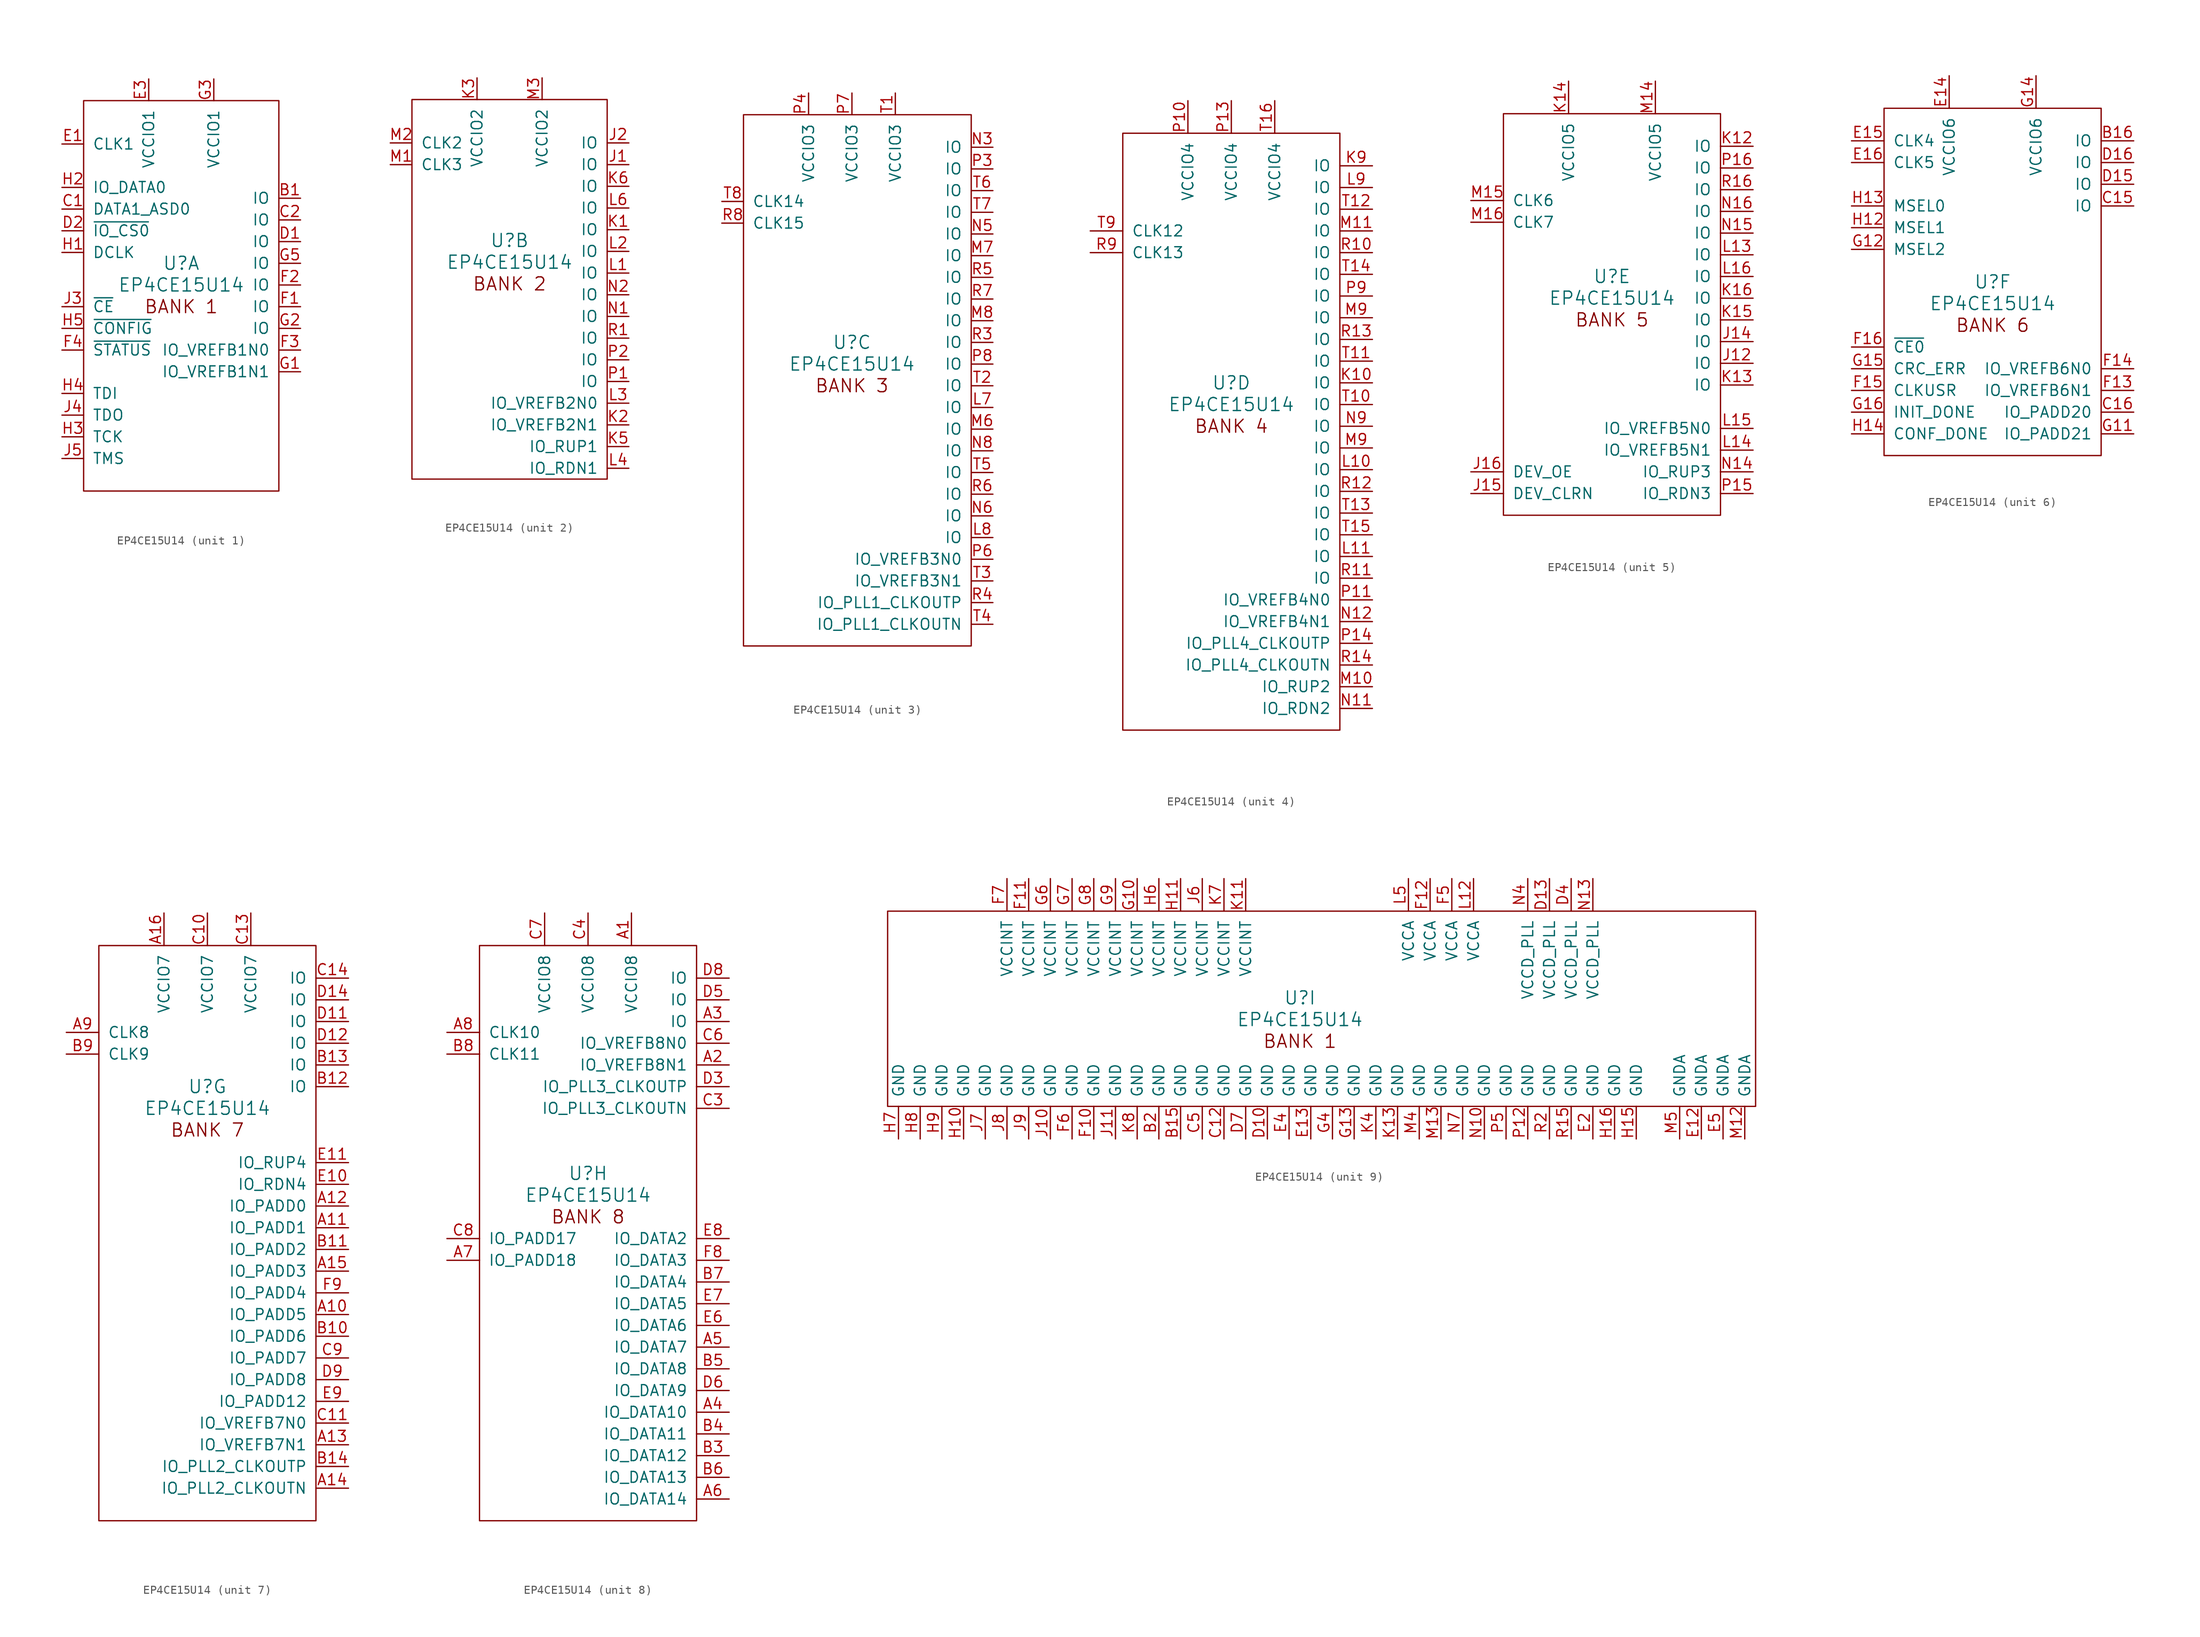
<source format=kicad_sym>
(kicad_symbol_lib
  (version 20211014)
  (generator kicad_symbol_editor)
  (symbol "EP4CE15U14"
    (pin_names
      (offset 1.016))
    (property "Reference" "U"
      (at 0 1.27 0)
      (effects (font (size 1.524 1.524))))
    (property "Value" "EP4CE15U14"
      (at 0 -1.27 0)
      (effects (font (size 1.524 1.524))))
    (property "ki_locked" ""
      (at 0 0 0)
      (effects (font (size 1.27 1.27))))
    (symbol "EP4CE15U14_1_1"
      (rectangle (start -11.43 20.32) (end 11.43 -25.4) (stroke (width 0) (type default) (color 0 0 0 0)) (fill (type none)))
      (text "BANK 1" (at 0 -3.81 0) (effects (font (size 1.524 1.524))))
      (pin bidirectional line (at 13.97 8.89 180) (length 2.54) (name "IO" (effects (font (size 1.27 1.27)))) (number "B1" (effects (font (size 1.27 1.27)))))
      (pin power_in line (at -13.97 7.62 0) (length 2.54) (name "DATA1_ASD0" (effects (font (size 1.27 1.27)))) (number "C1" (effects (font (size 1.27 1.27)))))
      (pin bidirectional line (at 13.97 6.35 180) (length 2.54) (name "IO" (effects (font (size 1.27 1.27)))) (number "C2" (effects (font (size 1.27 1.27)))))
      (pin bidirectional line (at 13.97 3.81 180) (length 2.54) (name "IO" (effects (font (size 1.27 1.27)))) (number "D1" (effects (font (size 1.27 1.27)))))
      (pin output line (at -13.97 5.08 0) (length 2.54) (name "~{IO_CS0}" (effects (font (size 1.27 1.27)))) (number "D2" (effects (font (size 1.27 1.27)))))
      (pin input line (at -13.97 15.24 0) (length 2.54) (name "CLK1" (effects (font (size 1.27 1.27)))) (number "E1" (effects (font (size 1.27 1.27)))))
      (pin power_in line (at -3.81 22.86 270) (length 2.54) (name "VCCIO1" (effects (font (size 1.27 1.27)))) (number "E3" (effects (font (size 1.27 1.27)))))
      (pin bidirectional line (at 13.97 -3.81 180) (length 2.54) (name "IO" (effects (font (size 1.27 1.27)))) (number "F1" (effects (font (size 1.27 1.27)))))
      (pin bidirectional line (at 13.97 -1.27 180) (length 2.54) (name "IO" (effects (font (size 1.27 1.27)))) (number "F2" (effects (font (size 1.27 1.27)))))
      (pin bidirectional line (at 13.97 -8.89 180) (length 2.54) (name "IO_VREFB1N0" (effects (font (size 1.27 1.27)))) (number "F3" (effects (font (size 1.27 1.27)))))
      (pin input line (at -13.97 -8.89 0) (length 2.54) (name "~{STATUS}" (effects (font (size 1.27 1.27)))) (number "F4" (effects (font (size 1.27 1.27)))))
      (pin bidirectional line (at 13.97 -11.43 180) (length 2.54) (name "IO_VREFB1N1" (effects (font (size 1.27 1.27)))) (number "G1" (effects (font (size 1.27 1.27)))))
      (pin bidirectional line (at 13.97 -6.35 180) (length 2.54) (name "IO" (effects (font (size 1.27 1.27)))) (number "G2" (effects (font (size 1.27 1.27)))))
      (pin power_in line (at 3.81 22.86 270) (length 2.54) (name "VCCIO1" (effects (font (size 1.27 1.27)))) (number "G3" (effects (font (size 1.27 1.27)))))
      (pin bidirectional line (at 13.97 1.27 180) (length 2.54) (name "IO" (effects (font (size 1.27 1.27)))) (number "G5" (effects (font (size 1.27 1.27)))))
      (pin output line (at -13.97 2.54 0) (length 2.54) (name "DCLK" (effects (font (size 1.27 1.27)))) (number "H1" (effects (font (size 1.27 1.27)))))
      (pin power_in line (at -13.97 10.16 0) (length 2.54) (name "IO_DATA0" (effects (font (size 1.27 1.27)))) (number "H2" (effects (font (size 1.27 1.27)))))
      (pin input line (at -13.97 -19.05 0) (length 2.54) (name "TCK" (effects (font (size 1.27 1.27)))) (number "H3" (effects (font (size 1.27 1.27)))))
      (pin input line (at -13.97 -13.97 0) (length 2.54) (name "TDI" (effects (font (size 1.27 1.27)))) (number "H4" (effects (font (size 1.27 1.27)))))
      (pin input line (at -13.97 -6.35 0) (length 2.54) (name "~{CONFIG}" (effects (font (size 1.27 1.27)))) (number "H5" (effects (font (size 1.27 1.27)))))
      (pin input line (at -13.97 -3.81 0) (length 2.54) (name "~{CE}" (effects (font (size 1.27 1.27)))) (number "J3" (effects (font (size 1.27 1.27)))))
      (pin output line (at -13.97 -16.51 0) (length 2.54) (name "TDO" (effects (font (size 1.27 1.27)))) (number "J4" (effects (font (size 1.27 1.27)))))
      (pin input line (at -13.97 -21.59 0) (length 2.54) (name "TMS" (effects (font (size 1.27 1.27)))) (number "J5" (effects (font (size 1.27 1.27))))))
    (symbol "EP4CE15U14_2_1"
      (rectangle (start 11.43 17.78) (end -11.43 -26.67) (stroke (width 0) (type default) (color 0 0 0 0)) (fill (type none)))
      (text "BANK 2" (at 0 -3.81 0) (effects (font (size 1.524 1.524))))
      (pin bidirectional line (at 13.97 10.16 180) (length 2.54) (name "IO" (effects (font (size 1.27 1.27)))) (number "J1" (effects (font (size 1.27 1.27)))))
      (pin bidirectional line (at 13.97 12.7 180) (length 2.54) (name "IO" (effects (font (size 1.27 1.27)))) (number "J2" (effects (font (size 1.27 1.27)))))
      (pin bidirectional line (at 13.97 2.54 180) (length 2.54) (name "IO" (effects (font (size 1.27 1.27)))) (number "K1" (effects (font (size 1.27 1.27)))))
      (pin bidirectional line (at 13.97 -20.32 180) (length 2.54) (name "IO_VREFB2N1" (effects (font (size 1.27 1.27)))) (number "K2" (effects (font (size 1.27 1.27)))))
      (pin power_in line (at -3.81 20.32 270) (length 2.54) (name "VCCIO2" (effects (font (size 1.27 1.27)))) (number "K3" (effects (font (size 1.27 1.27)))))
      (pin bidirectional line (at 13.97 -22.86 180) (length 2.54) (name "IO_RUP1" (effects (font (size 1.27 1.27)))) (number "K5" (effects (font (size 1.27 1.27)))))
      (pin bidirectional line (at 13.97 7.62 180) (length 2.54) (name "IO" (effects (font (size 1.27 1.27)))) (number "K6" (effects (font (size 1.27 1.27)))))
      (pin bidirectional line (at 13.97 -2.54 180) (length 2.54) (name "IO" (effects (font (size 1.27 1.27)))) (number "L1" (effects (font (size 1.27 1.27)))))
      (pin bidirectional line (at 13.97 0 180) (length 2.54) (name "IO" (effects (font (size 1.27 1.27)))) (number "L2" (effects (font (size 1.27 1.27)))))
      (pin bidirectional line (at 13.97 -17.78 180) (length 2.54) (name "IO_VREFB2N0" (effects (font (size 1.27 1.27)))) (number "L3" (effects (font (size 1.27 1.27)))))
      (pin bidirectional line (at 13.97 -25.4 180) (length 2.54) (name "IO_RDN1" (effects (font (size 1.27 1.27)))) (number "L4" (effects (font (size 1.27 1.27)))))
      (pin bidirectional line (at 13.97 5.08 180) (length 2.54) (name "IO" (effects (font (size 1.27 1.27)))) (number "L6" (effects (font (size 1.27 1.27)))))
      (pin input line (at -13.97 10.16 0) (length 2.54) (name "CLK3" (effects (font (size 1.27 1.27)))) (number "M1" (effects (font (size 1.27 1.27)))))
      (pin input line (at -13.97 12.7 0) (length 2.54) (name "CLK2" (effects (font (size 1.27 1.27)))) (number "M2" (effects (font (size 1.27 1.27)))))
      (pin power_in line (at 3.81 20.32 270) (length 2.54) (name "VCCIO2" (effects (font (size 1.27 1.27)))) (number "M3" (effects (font (size 1.27 1.27)))))
      (pin bidirectional line (at 13.97 -7.62 180) (length 2.54) (name "IO" (effects (font (size 1.27 1.27)))) (number "N1" (effects (font (size 1.27 1.27)))))
      (pin bidirectional line (at 13.97 -5.08 180) (length 2.54) (name "IO" (effects (font (size 1.27 1.27)))) (number "N2" (effects (font (size 1.27 1.27)))))
      (pin bidirectional line (at 13.97 -15.24 180) (length 2.54) (name "IO" (effects (font (size 1.27 1.27)))) (number "P1" (effects (font (size 1.27 1.27)))))
      (pin bidirectional line (at 13.97 -12.7 180) (length 2.54) (name "IO" (effects (font (size 1.27 1.27)))) (number "P2" (effects (font (size 1.27 1.27)))))
      (pin bidirectional line (at 13.97 -10.16 180) (length 2.54) (name "IO" (effects (font (size 1.27 1.27)))) (number "R1" (effects (font (size 1.27 1.27))))))
    (symbol "EP4CE15U14_3_1"
      (rectangle (start -12.7 27.94) (end 13.97 -34.29) (stroke (width 0) (type default) (color 0 0 0 0)) (fill (type none)))
      (text "BANK 3" (at 0 -3.81 0) (effects (font (size 1.524 1.524))))
      (pin bidirectional line (at 16.51 -6.35 180) (length 2.54) (name "IO" (effects (font (size 1.27 1.27)))) (number "L7" (effects (font (size 1.27 1.27)))))
      (pin bidirectional line (at 16.51 -21.59 180) (length 2.54) (name "IO" (effects (font (size 1.27 1.27)))) (number "L8" (effects (font (size 1.27 1.27)))))
      (pin bidirectional line (at 16.51 -8.89 180) (length 2.54) (name "IO" (effects (font (size 1.27 1.27)))) (number "M6" (effects (font (size 1.27 1.27)))))
      (pin bidirectional line (at 16.51 11.43 180) (length 2.54) (name "IO" (effects (font (size 1.27 1.27)))) (number "M7" (effects (font (size 1.27 1.27)))))
      (pin bidirectional line (at 16.51 3.81 180) (length 2.54) (name "IO" (effects (font (size 1.27 1.27)))) (number "M8" (effects (font (size 1.27 1.27)))))
      (pin bidirectional line (at 16.51 24.13 180) (length 2.54) (name "IO" (effects (font (size 1.27 1.27)))) (number "N3" (effects (font (size 1.27 1.27)))))
      (pin bidirectional line (at 16.51 13.97 180) (length 2.54) (name "IO" (effects (font (size 1.27 1.27)))) (number "N5" (effects (font (size 1.27 1.27)))))
      (pin bidirectional line (at 16.51 -19.05 180) (length 2.54) (name "IO" (effects (font (size 1.27 1.27)))) (number "N6" (effects (font (size 1.27 1.27)))))
      (pin bidirectional line (at 16.51 -11.43 180) (length 2.54) (name "IO" (effects (font (size 1.27 1.27)))) (number "N8" (effects (font (size 1.27 1.27)))))
      (pin bidirectional line (at 16.51 21.59 180) (length 2.54) (name "IO" (effects (font (size 1.27 1.27)))) (number "P3" (effects (font (size 1.27 1.27)))))
      (pin power_in line (at -5.08 30.48 270) (length 2.54) (name "VCCIO3" (effects (font (size 1.27 1.27)))) (number "P4" (effects (font (size 1.27 1.27)))))
      (pin bidirectional line (at 16.51 -24.13 180) (length 2.54) (name "IO_VREFB3N0" (effects (font (size 1.27 1.27)))) (number "P6" (effects (font (size 1.27 1.27)))))
      (pin power_in line (at 0 30.48 270) (length 2.54) (name "VCCIO3" (effects (font (size 1.27 1.27)))) (number "P7" (effects (font (size 1.27 1.27)))))
      (pin bidirectional line (at 16.51 -1.27 180) (length 2.54) (name "IO" (effects (font (size 1.27 1.27)))) (number "P8" (effects (font (size 1.27 1.27)))))
      (pin bidirectional line (at 16.51 1.27 180) (length 2.54) (name "IO" (effects (font (size 1.27 1.27)))) (number "R3" (effects (font (size 1.27 1.27)))))
      (pin bidirectional line (at 16.51 -29.21 180) (length 2.54) (name "IO_PLL1_CLKOUTP" (effects (font (size 1.27 1.27)))) (number "R4" (effects (font (size 1.27 1.27)))))
      (pin bidirectional line (at 16.51 8.89 180) (length 2.54) (name "IO" (effects (font (size 1.27 1.27)))) (number "R5" (effects (font (size 1.27 1.27)))))
      (pin bidirectional line (at 16.51 -16.51 180) (length 2.54) (name "IO" (effects (font (size 1.27 1.27)))) (number "R6" (effects (font (size 1.27 1.27)))))
      (pin bidirectional line (at 16.51 6.35 180) (length 2.54) (name "IO" (effects (font (size 1.27 1.27)))) (number "R7" (effects (font (size 1.27 1.27)))))
      (pin input line (at -15.24 15.24 0) (length 2.54) (name "CLK15" (effects (font (size 1.27 1.27)))) (number "R8" (effects (font (size 1.27 1.27)))))
      (pin power_in line (at 5.08 30.48 270) (length 2.54) (name "VCCIO3" (effects (font (size 1.27 1.27)))) (number "T1" (effects (font (size 1.27 1.27)))))
      (pin bidirectional line (at 16.51 -3.81 180) (length 2.54) (name "IO" (effects (font (size 1.27 1.27)))) (number "T2" (effects (font (size 1.27 1.27)))))
      (pin bidirectional line (at 16.51 -26.67 180) (length 2.54) (name "IO_VREFB3N1" (effects (font (size 1.27 1.27)))) (number "T3" (effects (font (size 1.27 1.27)))))
      (pin bidirectional line (at 16.51 -31.75 180) (length 2.54) (name "IO_PLL1_CLKOUTN" (effects (font (size 1.27 1.27)))) (number "T4" (effects (font (size 1.27 1.27)))))
      (pin bidirectional line (at 16.51 -13.97 180) (length 2.54) (name "IO" (effects (font (size 1.27 1.27)))) (number "T5" (effects (font (size 1.27 1.27)))))
      (pin bidirectional line (at 16.51 19.05 180) (length 2.54) (name "IO" (effects (font (size 1.27 1.27)))) (number "T6" (effects (font (size 1.27 1.27)))))
      (pin bidirectional line (at 16.51 16.51 180) (length 2.54) (name "IO" (effects (font (size 1.27 1.27)))) (number "T7" (effects (font (size 1.27 1.27)))))
      (pin input line (at -15.24 17.78 0) (length 2.54) (name "CLK14" (effects (font (size 1.27 1.27)))) (number "T8" (effects (font (size 1.27 1.27))))))
    (symbol "EP4CE15U14_4_1"
      (rectangle (start -12.7 30.48) (end 12.7 -39.37) (stroke (width 0) (type default) (color 0 0 0 0)) (fill (type none)))
      (text "BANK 4" (at 0 -3.81 0) (effects (font (size 1.524 1.524))))
      (pin bidirectional line (at 16.51 1.27 180) (length 3.81) (name "IO" (effects (font (size 1.27 1.27)))) (number "K10" (effects (font (size 1.27 1.27)))))
      (pin bidirectional line (at 16.51 26.67 180) (length 3.81) (name "IO" (effects (font (size 1.27 1.27)))) (number "K9" (effects (font (size 1.27 1.27)))))
      (pin bidirectional line (at 16.51 -8.89 180) (length 3.81) (name "IO" (effects (font (size 1.27 1.27)))) (number "L10" (effects (font (size 1.27 1.27)))))
      (pin bidirectional line (at 16.51 -19.05 180) (length 3.81) (name "IO" (effects (font (size 1.27 1.27)))) (number "L11" (effects (font (size 1.27 1.27)))))
      (pin bidirectional line (at 16.51 24.13 180) (length 3.81) (name "IO" (effects (font (size 1.27 1.27)))) (number "L9" (effects (font (size 1.27 1.27)))))
      (pin bidirectional line (at 16.51 -34.29 180) (length 3.81) (name "IO_RUP2" (effects (font (size 1.27 1.27)))) (number "M10" (effects (font (size 1.27 1.27)))))
      (pin bidirectional line (at 16.51 19.05 180) (length 3.81) (name "IO" (effects (font (size 1.27 1.27)))) (number "M11" (effects (font (size 1.27 1.27)))))
      (pin bidirectional line (at 16.51 -6.35 180) (length 3.81) (name "IO" (effects (font (size 1.27 1.27)))) (number "M9" (effects (font (size 1.27 1.27)))))
      (pin bidirectional line (at 16.51 8.89 180) (length 3.81) (name "IO" (effects (font (size 1.27 1.27)))) (number "M9" (effects (font (size 1.27 1.27)))))
      (pin bidirectional line (at 16.51 -36.83 180) (length 3.81) (name "IO_RDN2" (effects (font (size 1.27 1.27)))) (number "N11" (effects (font (size 1.27 1.27)))))
      (pin bidirectional line (at 16.51 -26.67 180) (length 3.81) (name "IO_VREFB4N1" (effects (font (size 1.27 1.27)))) (number "N12" (effects (font (size 1.27 1.27)))))
      (pin bidirectional line (at 16.51 -3.81 180) (length 3.81) (name "IO" (effects (font (size 1.27 1.27)))) (number "N9" (effects (font (size 1.27 1.27)))))
      (pin power_in line (at -5.08 34.29 270) (length 3.81) (name "VCCIO4" (effects (font (size 1.27 1.27)))) (number "P10" (effects (font (size 1.27 1.27)))))
      (pin bidirectional line (at 16.51 -24.13 180) (length 3.81) (name "IO_VREFB4N0" (effects (font (size 1.27 1.27)))) (number "P11" (effects (font (size 1.27 1.27)))))
      (pin power_in line (at 0 34.29 270) (length 3.81) (name "VCCIO4" (effects (font (size 1.27 1.27)))) (number "P13" (effects (font (size 1.27 1.27)))))
      (pin bidirectional line (at 16.51 -29.21 180) (length 3.81) (name "IO_PLL4_CLKOUTP" (effects (font (size 1.27 1.27)))) (number "P14" (effects (font (size 1.27 1.27)))))
      (pin bidirectional line (at 16.51 11.43 180) (length 3.81) (name "IO" (effects (font (size 1.27 1.27)))) (number "P9" (effects (font (size 1.27 1.27)))))
      (pin bidirectional line (at 16.51 16.51 180) (length 3.81) (name "IO" (effects (font (size 1.27 1.27)))) (number "R10" (effects (font (size 1.27 1.27)))))
      (pin bidirectional line (at 16.51 -21.59 180) (length 3.81) (name "IO" (effects (font (size 1.27 1.27)))) (number "R11" (effects (font (size 1.27 1.27)))))
      (pin bidirectional line (at 16.51 -11.43 180) (length 3.81) (name "IO" (effects (font (size 1.27 1.27)))) (number "R12" (effects (font (size 1.27 1.27)))))
      (pin bidirectional line (at 16.51 6.35 180) (length 3.81) (name "IO" (effects (font (size 1.27 1.27)))) (number "R13" (effects (font (size 1.27 1.27)))))
      (pin bidirectional line (at 16.51 -31.75 180) (length 3.81) (name "IO_PLL4_CLKOUTN" (effects (font (size 1.27 1.27)))) (number "R14" (effects (font (size 1.27 1.27)))))
      (pin input line (at -16.51 16.51 0) (length 3.81) (name "CLK13" (effects (font (size 1.27 1.27)))) (number "R9" (effects (font (size 1.27 1.27)))))
      (pin bidirectional line (at 16.51 -1.27 180) (length 3.81) (name "IO" (effects (font (size 1.27 1.27)))) (number "T10" (effects (font (size 1.27 1.27)))))
      (pin bidirectional line (at 16.51 3.81 180) (length 3.81) (name "IO" (effects (font (size 1.27 1.27)))) (number "T11" (effects (font (size 1.27 1.27)))))
      (pin bidirectional line (at 16.51 21.59 180) (length 3.81) (name "IO" (effects (font (size 1.27 1.27)))) (number "T12" (effects (font (size 1.27 1.27)))))
      (pin bidirectional line (at 16.51 -13.97 180) (length 3.81) (name "IO" (effects (font (size 1.27 1.27)))) (number "T13" (effects (font (size 1.27 1.27)))))
      (pin bidirectional line (at 16.51 13.97 180) (length 3.81) (name "IO" (effects (font (size 1.27 1.27)))) (number "T14" (effects (font (size 1.27 1.27)))))
      (pin bidirectional line (at 16.51 -16.51 180) (length 3.81) (name "IO" (effects (font (size 1.27 1.27)))) (number "T15" (effects (font (size 1.27 1.27)))))
      (pin power_in line (at 5.08 34.29 270) (length 3.81) (name "VCCIO4" (effects (font (size 1.27 1.27)))) (number "T16" (effects (font (size 1.27 1.27)))))
      (pin input line (at -16.51 19.05 0) (length 3.81) (name "CLK12" (effects (font (size 1.27 1.27)))) (number "T9" (effects (font (size 1.27 1.27))))))
    (symbol "EP4CE15U14_5_1"
      (rectangle (start -12.7 20.32) (end 12.7 -26.67) (stroke (width 0) (type default) (color 0 0 0 0)) (fill (type none)))
      (text "BANK 5" (at 0 -3.81 0) (effects (font (size 1.524 1.524))))
      (pin bidirectional line (at 16.51 -8.89 180) (length 3.81) (name "IO" (effects (font (size 1.27 1.27)))) (number "J12" (effects (font (size 1.27 1.27)))))
      (pin bidirectional line (at 16.51 -6.35 180) (length 3.81) (name "IO" (effects (font (size 1.27 1.27)))) (number "J14" (effects (font (size 1.27 1.27)))))
      (pin bidirectional line (at -16.51 -24.13 0) (length 3.81) (name "DEV_CLRN" (effects (font (size 1.27 1.27)))) (number "J15" (effects (font (size 1.27 1.27)))))
      (pin bidirectional line (at -16.51 -21.59 0) (length 3.81) (name "DEV_OE" (effects (font (size 1.27 1.27)))) (number "J16" (effects (font (size 1.27 1.27)))))
      (pin bidirectional line (at 16.51 16.51 180) (length 3.81) (name "IO" (effects (font (size 1.27 1.27)))) (number "K12" (effects (font (size 1.27 1.27)))))
      (pin bidirectional line (at 16.51 -11.43 180) (length 3.81) (name "IO" (effects (font (size 1.27 1.27)))) (number "K13" (effects (font (size 1.27 1.27)))))
      (pin power_in line (at -5.08 24.13 270) (length 3.81) (name "VCCIO5" (effects (font (size 1.27 1.27)))) (number "K14" (effects (font (size 1.27 1.27)))))
      (pin bidirectional line (at 16.51 -3.81 180) (length 3.81) (name "IO" (effects (font (size 1.27 1.27)))) (number "K15" (effects (font (size 1.27 1.27)))))
      (pin bidirectional line (at 16.51 -1.27 180) (length 3.81) (name "IO" (effects (font (size 1.27 1.27)))) (number "K16" (effects (font (size 1.27 1.27)))))
      (pin bidirectional line (at 16.51 3.81 180) (length 3.81) (name "IO" (effects (font (size 1.27 1.27)))) (number "L13" (effects (font (size 1.27 1.27)))))
      (pin bidirectional line (at 16.51 -19.05 180) (length 3.81) (name "IO_VREFB5N1" (effects (font (size 1.27 1.27)))) (number "L14" (effects (font (size 1.27 1.27)))))
      (pin bidirectional line (at 16.51 -16.51 180) (length 3.81) (name "IO_VREFB5N0" (effects (font (size 1.27 1.27)))) (number "L15" (effects (font (size 1.27 1.27)))))
      (pin bidirectional line (at 16.51 1.27 180) (length 3.81) (name "IO" (effects (font (size 1.27 1.27)))) (number "L16" (effects (font (size 1.27 1.27)))))
      (pin power_in line (at 5.08 24.13 270) (length 3.81) (name "VCCIO5" (effects (font (size 1.27 1.27)))) (number "M14" (effects (font (size 1.27 1.27)))))
      (pin input line (at -16.51 10.16 0) (length 3.81) (name "CLK6" (effects (font (size 1.27 1.27)))) (number "M15" (effects (font (size 1.27 1.27)))))
      (pin input line (at -16.51 7.62 0) (length 3.81) (name "CLK7" (effects (font (size 1.27 1.27)))) (number "M16" (effects (font (size 1.27 1.27)))))
      (pin bidirectional line (at 16.51 -21.59 180) (length 3.81) (name "IO_RUP3" (effects (font (size 1.27 1.27)))) (number "N14" (effects (font (size 1.27 1.27)))))
      (pin bidirectional line (at 16.51 6.35 180) (length 3.81) (name "IO" (effects (font (size 1.27 1.27)))) (number "N15" (effects (font (size 1.27 1.27)))))
      (pin bidirectional line (at 16.51 8.89 180) (length 3.81) (name "IO" (effects (font (size 1.27 1.27)))) (number "N16" (effects (font (size 1.27 1.27)))))
      (pin bidirectional line (at 16.51 -24.13 180) (length 3.81) (name "IO_RDN3" (effects (font (size 1.27 1.27)))) (number "P15" (effects (font (size 1.27 1.27)))))
      (pin bidirectional line (at 16.51 13.97 180) (length 3.81) (name "IO" (effects (font (size 1.27 1.27)))) (number "P16" (effects (font (size 1.27 1.27)))))
      (pin bidirectional line (at 16.51 11.43 180) (length 3.81) (name "IO" (effects (font (size 1.27 1.27)))) (number "R16" (effects (font (size 1.27 1.27))))))
    (symbol "EP4CE15U14_6_1"
      (rectangle (start -12.7 21.59) (end 12.7 -19.05) (stroke (width 0) (type default) (color 0 0 0 0)) (fill (type none)))
      (text "BANK 6" (at 0 -3.81 0) (effects (font (size 1.524 1.524))))
      (pin bidirectional line (at 16.51 17.78 180) (length 3.81) (name "IO" (effects (font (size 1.27 1.27)))) (number "B16" (effects (font (size 1.27 1.27)))))
      (pin bidirectional line (at 16.51 10.16 180) (length 3.81) (name "IO" (effects (font (size 1.27 1.27)))) (number "C15" (effects (font (size 1.27 1.27)))))
      (pin bidirectional line (at 16.51 -13.97 180) (length 3.81) (name "IO_PADD20" (effects (font (size 1.27 1.27)))) (number "C16" (effects (font (size 1.27 1.27)))))
      (pin bidirectional line (at 16.51 12.7 180) (length 3.81) (name "IO" (effects (font (size 1.27 1.27)))) (number "D15" (effects (font (size 1.27 1.27)))))
      (pin bidirectional line (at 16.51 15.24 180) (length 3.81) (name "IO" (effects (font (size 1.27 1.27)))) (number "D16" (effects (font (size 1.27 1.27)))))
      (pin power_in line (at -5.08 25.4 270) (length 3.81) (name "VCCIO6" (effects (font (size 1.27 1.27)))) (number "E14" (effects (font (size 1.27 1.27)))))
      (pin input line (at -16.51 17.78 0) (length 3.81) (name "CLK4" (effects (font (size 1.27 1.27)))) (number "E15" (effects (font (size 1.27 1.27)))))
      (pin input line (at -16.51 15.24 0) (length 3.81) (name "CLK5" (effects (font (size 1.27 1.27)))) (number "E16" (effects (font (size 1.27 1.27)))))
      (pin bidirectional line (at 16.51 -11.43 180) (length 3.81) (name "IO_VREFB6N1" (effects (font (size 1.27 1.27)))) (number "F13" (effects (font (size 1.27 1.27)))))
      (pin bidirectional line (at 16.51 -8.89 180) (length 3.81) (name "IO_VREFB6N0" (effects (font (size 1.27 1.27)))) (number "F14" (effects (font (size 1.27 1.27)))))
      (pin bidirectional line (at -16.51 -11.43 0) (length 3.81) (name "CLKUSR" (effects (font (size 1.27 1.27)))) (number "F15" (effects (font (size 1.27 1.27)))))
      (pin bidirectional line (at -16.51 -6.35 0) (length 3.81) (name "~{CE0}" (effects (font (size 1.27 1.27)))) (number "F16" (effects (font (size 1.27 1.27)))))
      (pin bidirectional line (at 16.51 -16.51 180) (length 3.81) (name "IO_PADD21" (effects (font (size 1.27 1.27)))) (number "G11" (effects (font (size 1.27 1.27)))))
      (pin bidirectional line (at -16.51 5.08 0) (length 3.81) (name "MSEL2" (effects (font (size 1.27 1.27)))) (number "G12" (effects (font (size 1.27 1.27)))))
      (pin power_in line (at 5.08 25.4 270) (length 3.81) (name "VCCIO6" (effects (font (size 1.27 1.27)))) (number "G14" (effects (font (size 1.27 1.27)))))
      (pin bidirectional line (at -16.51 -8.89 0) (length 3.81) (name "CRC_ERR" (effects (font (size 1.27 1.27)))) (number "G15" (effects (font (size 1.27 1.27)))))
      (pin bidirectional line (at -16.51 -13.97 0) (length 3.81) (name "INIT_DONE" (effects (font (size 1.27 1.27)))) (number "G16" (effects (font (size 1.27 1.27)))))
      (pin bidirectional line (at -16.51 7.62 0) (length 3.81) (name "MSEL1" (effects (font (size 1.27 1.27)))) (number "H12" (effects (font (size 1.27 1.27)))))
      (pin bidirectional line (at -16.51 10.16 0) (length 3.81) (name "MSEL0" (effects (font (size 1.27 1.27)))) (number "H13" (effects (font (size 1.27 1.27)))))
      (pin bidirectional line (at -16.51 -16.51 0) (length 3.81) (name "CONF_DONE" (effects (font (size 1.27 1.27)))) (number "H14" (effects (font (size 1.27 1.27))))))
    (symbol "EP4CE15U14_7_1"
      (rectangle (start -12.7 17.78) (end 12.7 -49.53) (stroke (width 0) (type default) (color 0 0 0 0)) (fill (type none)))
      (text "BANK 7" (at 0 -3.81 0) (effects (font (size 1.524 1.524))))
      (pin bidirectional line (at 16.51 -25.4 180) (length 3.81) (name "IO_PADD5" (effects (font (size 1.27 1.27)))) (number "A10" (effects (font (size 1.27 1.27)))))
      (pin bidirectional line (at 16.51 -15.24 180) (length 3.81) (name "IO_PADD1" (effects (font (size 1.27 1.27)))) (number "A11" (effects (font (size 1.27 1.27)))))
      (pin bidirectional line (at 16.51 -12.7 180) (length 3.81) (name "IO_PADD0" (effects (font (size 1.27 1.27)))) (number "A12" (effects (font (size 1.27 1.27)))))
      (pin bidirectional line (at 16.51 -40.64 180) (length 3.81) (name "IO_VREFB7N1" (effects (font (size 1.27 1.27)))) (number "A13" (effects (font (size 1.27 1.27)))))
      (pin bidirectional line (at 16.51 -45.72 180) (length 3.81) (name "IO_PLL2_CLKOUTN" (effects (font (size 1.27 1.27)))) (number "A14" (effects (font (size 1.27 1.27)))))
      (pin bidirectional line (at 16.51 -20.32 180) (length 3.81) (name "IO_PADD3" (effects (font (size 1.27 1.27)))) (number "A15" (effects (font (size 1.27 1.27)))))
      (pin power_in line (at -5.08 21.59 270) (length 3.81) (name "VCCIO7" (effects (font (size 1.27 1.27)))) (number "A16" (effects (font (size 1.27 1.27)))))
      (pin input line (at -16.51 7.62 0) (length 3.81) (name "CLK8" (effects (font (size 1.27 1.27)))) (number "A9" (effects (font (size 1.27 1.27)))))
      (pin bidirectional line (at 16.51 -27.94 180) (length 3.81) (name "IO_PADD6" (effects (font (size 1.27 1.27)))) (number "B10" (effects (font (size 1.27 1.27)))))
      (pin bidirectional line (at 16.51 -17.78 180) (length 3.81) (name "IO_PADD2" (effects (font (size 1.27 1.27)))) (number "B11" (effects (font (size 1.27 1.27)))))
      (pin bidirectional line (at 16.51 1.27 180) (length 3.81) (name "IO" (effects (font (size 1.27 1.27)))) (number "B12" (effects (font (size 1.27 1.27)))))
      (pin bidirectional line (at 16.51 3.81 180) (length 3.81) (name "IO" (effects (font (size 1.27 1.27)))) (number "B13" (effects (font (size 1.27 1.27)))))
      (pin bidirectional line (at 16.51 -43.18 180) (length 3.81) (name "IO_PLL2_CLKOUTP" (effects (font (size 1.27 1.27)))) (number "B14" (effects (font (size 1.27 1.27)))))
      (pin input line (at -16.51 5.08 0) (length 3.81) (name "CLK9" (effects (font (size 1.27 1.27)))) (number "B9" (effects (font (size 1.27 1.27)))))
      (pin power_in line (at 0 21.59 270) (length 3.81) (name "VCCIO7" (effects (font (size 1.27 1.27)))) (number "C10" (effects (font (size 1.27 1.27)))))
      (pin bidirectional line (at 16.51 -38.1 180) (length 3.81) (name "IO_VREFB7N0" (effects (font (size 1.27 1.27)))) (number "C11" (effects (font (size 1.27 1.27)))))
      (pin power_in line (at 5.08 21.59 270) (length 3.81) (name "VCCIO7" (effects (font (size 1.27 1.27)))) (number "C13" (effects (font (size 1.27 1.27)))))
      (pin bidirectional line (at 16.51 13.97 180) (length 3.81) (name "IO" (effects (font (size 1.27 1.27)))) (number "C14" (effects (font (size 1.27 1.27)))))
      (pin bidirectional line (at 16.51 -30.48 180) (length 3.81) (name "IO_PADD7" (effects (font (size 1.27 1.27)))) (number "C9" (effects (font (size 1.27 1.27)))))
      (pin bidirectional line (at 16.51 8.89 180) (length 3.81) (name "IO" (effects (font (size 1.27 1.27)))) (number "D11" (effects (font (size 1.27 1.27)))))
      (pin bidirectional line (at 16.51 6.35 180) (length 3.81) (name "IO" (effects (font (size 1.27 1.27)))) (number "D12" (effects (font (size 1.27 1.27)))))
      (pin bidirectional line (at 16.51 11.43 180) (length 3.81) (name "IO" (effects (font (size 1.27 1.27)))) (number "D14" (effects (font (size 1.27 1.27)))))
      (pin bidirectional line (at 16.51 -33.02 180) (length 3.81) (name "IO_PADD8" (effects (font (size 1.27 1.27)))) (number "D9" (effects (font (size 1.27 1.27)))))
      (pin bidirectional line (at 16.51 -10.16 180) (length 3.81) (name "IO_RDN4" (effects (font (size 1.27 1.27)))) (number "E10" (effects (font (size 1.27 1.27)))))
      (pin bidirectional line (at 16.51 -7.62 180) (length 3.81) (name "IO_RUP4" (effects (font (size 1.27 1.27)))) (number "E11" (effects (font (size 1.27 1.27)))))
      (pin bidirectional line (at 16.51 -35.56 180) (length 3.81) (name "IO_PADD12" (effects (font (size 1.27 1.27)))) (number "E9" (effects (font (size 1.27 1.27)))))
      (pin bidirectional line (at 16.51 -22.86 180) (length 3.81) (name "IO_PADD4" (effects (font (size 1.27 1.27)))) (number "F9" (effects (font (size 1.27 1.27))))))
    (symbol "EP4CE15U14_8_1"
      (rectangle (start -12.7 27.94) (end 12.7 -39.37) (stroke (width 0) (type default) (color 0 0 0 0)) (fill (type none)))
      (text "BANK 8" (at 0 -3.81 0) (effects (font (size 1.524 1.524))))
      (pin power_in line (at 5.08 31.75 270) (length 3.81) (name "VCCIO8" (effects (font (size 1.27 1.27)))) (number "A1" (effects (font (size 1.27 1.27)))))
      (pin bidirectional line (at 16.51 13.97 180) (length 3.81) (name "IO_VREFB8N1" (effects (font (size 1.27 1.27)))) (number "A2" (effects (font (size 1.27 1.27)))))
      (pin bidirectional line (at 16.51 19.05 180) (length 3.81) (name "IO" (effects (font (size 1.27 1.27)))) (number "A3" (effects (font (size 1.27 1.27)))))
      (pin bidirectional line (at 16.51 -26.67 180) (length 3.81) (name "IO_DATA10" (effects (font (size 1.27 1.27)))) (number "A4" (effects (font (size 1.27 1.27)))))
      (pin bidirectional line (at 16.51 -19.05 180) (length 3.81) (name "IO_DATA7" (effects (font (size 1.27 1.27)))) (number "A5" (effects (font (size 1.27 1.27)))))
      (pin bidirectional line (at 16.51 -36.83 180) (length 3.81) (name "IO_DATA14" (effects (font (size 1.27 1.27)))) (number "A6" (effects (font (size 1.27 1.27)))))
      (pin bidirectional line (at -16.51 -8.89 0) (length 3.81) (name "IO_PADD18" (effects (font (size 1.27 1.27)))) (number "A7" (effects (font (size 1.27 1.27)))))
      (pin input line (at -16.51 17.78 0) (length 3.81) (name "CLK10" (effects (font (size 1.27 1.27)))) (number "A8" (effects (font (size 1.27 1.27)))))
      (pin bidirectional line (at 16.51 -31.75 180) (length 3.81) (name "IO_DATA12" (effects (font (size 1.27 1.27)))) (number "B3" (effects (font (size 1.27 1.27)))))
      (pin bidirectional line (at 16.51 -29.21 180) (length 3.81) (name "IO_DATA11" (effects (font (size 1.27 1.27)))) (number "B4" (effects (font (size 1.27 1.27)))))
      (pin bidirectional line (at 16.51 -21.59 180) (length 3.81) (name "IO_DATA8" (effects (font (size 1.27 1.27)))) (number "B5" (effects (font (size 1.27 1.27)))))
      (pin bidirectional line (at 16.51 -34.29 180) (length 3.81) (name "IO_DATA13" (effects (font (size 1.27 1.27)))) (number "B6" (effects (font (size 1.27 1.27)))))
      (pin bidirectional line (at 16.51 -11.43 180) (length 3.81) (name "IO_DATA4" (effects (font (size 1.27 1.27)))) (number "B7" (effects (font (size 1.27 1.27)))))
      (pin input line (at -16.51 15.24 0) (length 3.81) (name "CLK11" (effects (font (size 1.27 1.27)))) (number "B8" (effects (font (size 1.27 1.27)))))
      (pin bidirectional line (at 16.51 8.89 180) (length 3.81) (name "IO_PLL3_CLKOUTN" (effects (font (size 1.27 1.27)))) (number "C3" (effects (font (size 1.27 1.27)))))
      (pin power_in line (at 0 31.75 270) (length 3.81) (name "VCCIO8" (effects (font (size 1.27 1.27)))) (number "C4" (effects (font (size 1.27 1.27)))))
      (pin bidirectional line (at 16.51 16.51 180) (length 3.81) (name "IO_VREFB8N0" (effects (font (size 1.27 1.27)))) (number "C6" (effects (font (size 1.27 1.27)))))
      (pin power_in line (at -5.08 31.75 270) (length 3.81) (name "VCCIO8" (effects (font (size 1.27 1.27)))) (number "C7" (effects (font (size 1.27 1.27)))))
      (pin bidirectional line (at -16.51 -6.35 0) (length 3.81) (name "IO_PADD17" (effects (font (size 1.27 1.27)))) (number "C8" (effects (font (size 1.27 1.27)))))
      (pin bidirectional line (at 16.51 11.43 180) (length 3.81) (name "IO_PLL3_CLKOUTP" (effects (font (size 1.27 1.27)))) (number "D3" (effects (font (size 1.27 1.27)))))
      (pin bidirectional line (at 16.51 21.59 180) (length 3.81) (name "IO" (effects (font (size 1.27 1.27)))) (number "D5" (effects (font (size 1.27 1.27)))))
      (pin bidirectional line (at 16.51 -24.13 180) (length 3.81) (name "IO_DATA9" (effects (font (size 1.27 1.27)))) (number "D6" (effects (font (size 1.27 1.27)))))
      (pin bidirectional line (at 16.51 24.13 180) (length 3.81) (name "IO" (effects (font (size 1.27 1.27)))) (number "D8" (effects (font (size 1.27 1.27)))))
      (pin bidirectional line (at 16.51 -16.51 180) (length 3.81) (name "IO_DATA6" (effects (font (size 1.27 1.27)))) (number "E6" (effects (font (size 1.27 1.27)))))
      (pin bidirectional line (at 16.51 -13.97 180) (length 3.81) (name "IO_DATA5" (effects (font (size 1.27 1.27)))) (number "E7" (effects (font (size 1.27 1.27)))))
      (pin bidirectional line (at 16.51 -6.35 180) (length 3.81) (name "IO_DATA2" (effects (font (size 1.27 1.27)))) (number "E8" (effects (font (size 1.27 1.27)))))
      (pin bidirectional line (at 16.51 -8.89 180) (length 3.81) (name "IO_DATA3" (effects (font (size 1.27 1.27)))) (number "F8" (effects (font (size 1.27 1.27))))))
    (symbol "EP4CE15U14_9_1"
      (rectangle (start -48.26 11.43) (end 53.34 -11.43) (stroke (width 0) (type default) (color 0 0 0 0)) (fill (type none)))
      (text "BANK 1" (at 0 -3.81 0) (effects (font (size 1.524 1.524))))
      (pin output line (at -13.97 -15.24 90) (length 3.81) (name "GND" (effects (font (size 1.27 1.27)))) (number "B15" (effects (font (size 1.27 1.27)))))
      (pin input line (at -16.51 -15.24 90) (length 3.81) (name "GND" (effects (font (size 1.27 1.27)))) (number "B2" (effects (font (size 1.27 1.27)))))
      (pin input line (at -8.89 -15.24 90) (length 3.81) (name "GND" (effects (font (size 1.27 1.27)))) (number "C12" (effects (font (size 1.27 1.27)))))
      (pin input line (at -11.43 -15.24 90) (length 3.81) (name "GND" (effects (font (size 1.27 1.27)))) (number "C5" (effects (font (size 1.27 1.27)))))
      (pin output line (at -3.81 -15.24 90) (length 3.81) (name "GND" (effects (font (size 1.27 1.27)))) (number "D10" (effects (font (size 1.27 1.27)))))
      (pin power_in line (at 29.21 15.24 270) (length 3.81) (name "VCCD_PLL" (effects (font (size 1.27 1.27)))) (number "D13" (effects (font (size 1.27 1.27)))))
      (pin power_in line (at 31.75 15.24 270) (length 3.81) (name "VCCD_PLL" (effects (font (size 1.27 1.27)))) (number "D4" (effects (font (size 1.27 1.27)))))
      (pin input line (at -6.35 -15.24 90) (length 3.81) (name "GND" (effects (font (size 1.27 1.27)))) (number "D7" (effects (font (size 1.27 1.27)))))
      (pin output line (at 46.99 -15.24 90) (length 3.81) (name "GNDA" (effects (font (size 1.27 1.27)))) (number "E12" (effects (font (size 1.27 1.27)))))
      (pin input line (at 1.27 -15.24 90) (length 3.81) (name "GND" (effects (font (size 1.27 1.27)))) (number "E13" (effects (font (size 1.27 1.27)))))
      (pin output line (at 34.29 -15.24 90) (length 3.81) (name "GND" (effects (font (size 1.27 1.27)))) (number "E2" (effects (font (size 1.27 1.27)))))
      (pin input line (at -1.27 -15.24 90) (length 3.81) (name "GND" (effects (font (size 1.27 1.27)))) (number "E4" (effects (font (size 1.27 1.27)))))
      (pin input line (at 49.53 -15.24 90) (length 3.81) (name "GNDA" (effects (font (size 1.27 1.27)))) (number "E5" (effects (font (size 1.27 1.27)))))
      (pin output line (at -24.13 -15.24 90) (length 3.81) (name "GND" (effects (font (size 1.27 1.27)))) (number "F10" (effects (font (size 1.27 1.27)))))
      (pin power_in line (at -31.75 15.24 270) (length 3.81) (name "VCCINT" (effects (font (size 1.27 1.27)))) (number "F11" (effects (font (size 1.27 1.27)))))
      (pin power_in line (at 15.24 15.24 270) (length 3.81) (name "VCCA" (effects (font (size 1.27 1.27)))) (number "F12" (effects (font (size 1.27 1.27)))))
      (pin power_in line (at 17.78 15.24 270) (length 3.81) (name "VCCA" (effects (font (size 1.27 1.27)))) (number "F5" (effects (font (size 1.27 1.27)))))
      (pin input line (at -26.67 -15.24 90) (length 3.81) (name "GND" (effects (font (size 1.27 1.27)))) (number "F6" (effects (font (size 1.27 1.27)))))
      (pin power_in line (at -34.29 15.24 270) (length 3.81) (name "VCCINT" (effects (font (size 1.27 1.27)))) (number "F7" (effects (font (size 1.27 1.27)))))
      (pin power_in line (at -19.05 15.24 270) (length 3.81) (name "VCCINT" (effects (font (size 1.27 1.27)))) (number "G10" (effects (font (size 1.27 1.27)))))
      (pin output line (at 6.35 -15.24 90) (length 3.81) (name "GND" (effects (font (size 1.27 1.27)))) (number "G13" (effects (font (size 1.27 1.27)))))
      (pin input line (at 3.81 -15.24 90) (length 3.81) (name "GND" (effects (font (size 1.27 1.27)))) (number "G4" (effects (font (size 1.27 1.27)))))
      (pin power_in line (at -29.21 15.24 270) (length 3.81) (name "VCCINT" (effects (font (size 1.27 1.27)))) (number "G6" (effects (font (size 1.27 1.27)))))
      (pin power_in line (at -26.67 15.24 270) (length 3.81) (name "VCCINT" (effects (font (size 1.27 1.27)))) (number "G7" (effects (font (size 1.27 1.27)))))
      (pin power_in line (at -24.13 15.24 270) (length 3.81) (name "VCCINT" (effects (font (size 1.27 1.27)))) (number "G8" (effects (font (size 1.27 1.27)))))
      (pin power_in line (at -21.59 15.24 270) (length 3.81) (name "VCCINT" (effects (font (size 1.27 1.27)))) (number "G9" (effects (font (size 1.27 1.27)))))
      (pin input line (at -39.37 -15.24 90) (length 3.81) (name "GND" (effects (font (size 1.27 1.27)))) (number "H10" (effects (font (size 1.27 1.27)))))
      (pin power_in line (at -13.97 15.24 270) (length 3.81) (name "VCCINT" (effects (font (size 1.27 1.27)))) (number "H11" (effects (font (size 1.27 1.27)))))
      (pin input line (at 39.37 -15.24 90) (length 3.81) (name "GND" (effects (font (size 1.27 1.27)))) (number "H15" (effects (font (size 1.27 1.27)))))
      (pin input line (at 36.83 -15.24 90) (length 3.81) (name "GND" (effects (font (size 1.27 1.27)))) (number "H16" (effects (font (size 1.27 1.27)))))
      (pin power_in line (at -16.51 15.24 270) (length 3.81) (name "VCCINT" (effects (font (size 1.27 1.27)))) (number "H6" (effects (font (size 1.27 1.27)))))
      (pin input line (at -46.99 -15.24 90) (length 3.81) (name "GND" (effects (font (size 1.27 1.27)))) (number "H7" (effects (font (size 1.27 1.27)))))
      (pin output line (at -44.45 -15.24 90) (length 3.81) (name "GND" (effects (font (size 1.27 1.27)))) (number "H8" (effects (font (size 1.27 1.27)))))
      (pin input line (at -41.91 -15.24 90) (length 3.81) (name "GND" (effects (font (size 1.27 1.27)))) (number "H9" (effects (font (size 1.27 1.27)))))
      (pin input line (at -29.21 -15.24 90) (length 3.81) (name "GND" (effects (font (size 1.27 1.27)))) (number "J10" (effects (font (size 1.27 1.27)))))
      (pin input line (at -21.59 -15.24 90) (length 3.81) (name "GND" (effects (font (size 1.27 1.27)))) (number "J11" (effects (font (size 1.27 1.27)))))
      (pin power_in line (at -11.43 15.24 270) (length 3.81) (name "VCCINT" (effects (font (size 1.27 1.27)))) (number "J6" (effects (font (size 1.27 1.27)))))
      (pin input line (at -36.83 -15.24 90) (length 3.81) (name "GND" (effects (font (size 1.27 1.27)))) (number "J7" (effects (font (size 1.27 1.27)))))
      (pin output line (at -34.29 -15.24 90) (length 3.81) (name "GND" (effects (font (size 1.27 1.27)))) (number "J8" (effects (font (size 1.27 1.27)))))
      (pin input line (at -31.75 -15.24 90) (length 3.81) (name "GND" (effects (font (size 1.27 1.27)))) (number "J9" (effects (font (size 1.27 1.27)))))
      (pin power_in line (at -6.35 15.24 270) (length 3.81) (name "VCCINT" (effects (font (size 1.27 1.27)))) (number "K11" (effects (font (size 1.27 1.27)))))
      (pin input line (at 11.43 -15.24 90) (length 3.81) (name "GND" (effects (font (size 1.27 1.27)))) (number "K13" (effects (font (size 1.27 1.27)))))
      (pin input line (at 8.89 -15.24 90) (length 3.81) (name "GND" (effects (font (size 1.27 1.27)))) (number "K4" (effects (font (size 1.27 1.27)))))
      (pin power_in line (at -8.89 15.24 270) (length 3.81) (name "VCCINT" (effects (font (size 1.27 1.27)))) (number "K7" (effects (font (size 1.27 1.27)))))
      (pin input line (at -19.05 -15.24 90) (length 3.81) (name "GND" (effects (font (size 1.27 1.27)))) (number "K8" (effects (font (size 1.27 1.27)))))
      (pin power_in line (at 20.32 15.24 270) (length 3.81) (name "VCCA" (effects (font (size 1.27 1.27)))) (number "L12" (effects (font (size 1.27 1.27)))))
      (pin power_in line (at 12.7 15.24 270) (length 3.81) (name "VCCA" (effects (font (size 1.27 1.27)))) (number "L5" (effects (font (size 1.27 1.27)))))
      (pin input line (at 52.07 -15.24 90) (length 3.81) (name "GNDA" (effects (font (size 1.27 1.27)))) (number "M12" (effects (font (size 1.27 1.27)))))
      (pin output line (at 16.51 -15.24 90) (length 3.81) (name "GND" (effects (font (size 1.27 1.27)))) (number "M13" (effects (font (size 1.27 1.27)))))
      (pin input line (at 13.97 -15.24 90) (length 3.81) (name "GND" (effects (font (size 1.27 1.27)))) (number "M4" (effects (font (size 1.27 1.27)))))
      (pin input line (at 44.45 -15.24 90) (length 3.81) (name "GNDA" (effects (font (size 1.27 1.27)))) (number "M5" (effects (font (size 1.27 1.27)))))
      (pin input line (at 21.59 -15.24 90) (length 3.81) (name "GND" (effects (font (size 1.27 1.27)))) (number "N10" (effects (font (size 1.27 1.27)))))
      (pin power_in line (at 34.29 15.24 270) (length 3.81) (name "VCCD_PLL" (effects (font (size 1.27 1.27)))) (number "N13" (effects (font (size 1.27 1.27)))))
      (pin power_in line (at 26.67 15.24 270) (length 3.81) (name "VCCD_PLL" (effects (font (size 1.27 1.27)))) (number "N4" (effects (font (size 1.27 1.27)))))
      (pin input line (at 19.05 -15.24 90) (length 3.81) (name "GND" (effects (font (size 1.27 1.27)))) (number "N7" (effects (font (size 1.27 1.27)))))
      (pin output line (at 26.67 -15.24 90) (length 3.81) (name "GND" (effects (font (size 1.27 1.27)))) (number "P12" (effects (font (size 1.27 1.27)))))
      (pin input line (at 24.13 -15.24 90) (length 3.81) (name "GND" (effects (font (size 1.27 1.27)))) (number "P5" (effects (font (size 1.27 1.27)))))
      (pin input line (at 31.75 -15.24 90) (length 3.81) (name "GND" (effects (font (size 1.27 1.27)))) (number "R15" (effects (font (size 1.27 1.27)))))
      (pin input line (at 29.21 -15.24 90) (length 3.81) (name "GND" (effects (font (size 1.27 1.27)))) (number "R2" (effects (font (size 1.27 1.27))))))))
</source>
